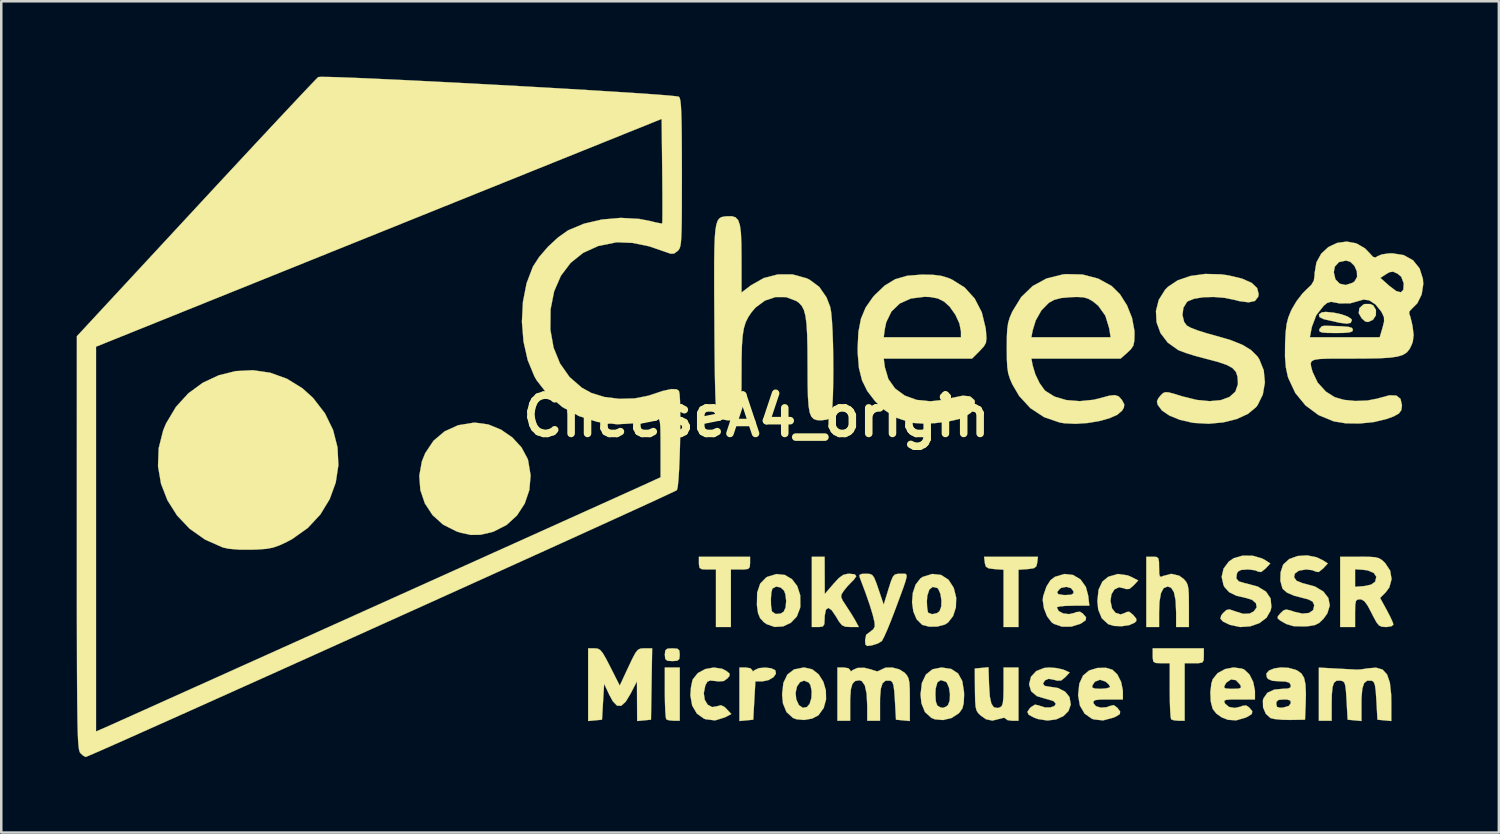
<source format=kicad_pcb>
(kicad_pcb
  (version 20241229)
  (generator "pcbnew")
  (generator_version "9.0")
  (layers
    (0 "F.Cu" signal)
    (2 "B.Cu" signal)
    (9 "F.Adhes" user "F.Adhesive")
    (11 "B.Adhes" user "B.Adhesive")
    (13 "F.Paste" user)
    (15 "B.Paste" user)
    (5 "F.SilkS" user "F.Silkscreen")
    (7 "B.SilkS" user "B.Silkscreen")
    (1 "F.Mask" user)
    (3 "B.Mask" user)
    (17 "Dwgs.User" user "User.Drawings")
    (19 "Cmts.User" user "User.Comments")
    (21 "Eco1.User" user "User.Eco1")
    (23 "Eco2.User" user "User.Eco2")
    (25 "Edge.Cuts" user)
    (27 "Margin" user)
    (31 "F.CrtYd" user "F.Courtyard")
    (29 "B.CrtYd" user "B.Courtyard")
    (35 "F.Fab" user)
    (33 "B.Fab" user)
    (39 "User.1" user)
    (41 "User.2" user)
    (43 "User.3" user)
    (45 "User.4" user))
  (footprint "CheeseA4_origin"
    (layer "F.Cu")
    (at 27.013 13.487)
    (property "Reference" "CheeseA4_origin" (at 0 0 0) (layer "F.SilkS") (effects (font (size 1.524 1.524) (thickness 0.3))))
    (attr through_hole)
    (fp_poly (pts (xy -3.048 12.107) (xy -3.288 12.107) (xy -3.482 12.089) (xy -3.584 12.051) (xy -3.606 11.949) (xy -3.624 11.713) (xy -3.636 11.378) (xy -3.641 10.993) (xy -3.641 9.991) (xy -3.048 9.991) (xy -3.048 12.107)) (stroke (width 0.01) (type solid)) (fill yes) (layer "F.SilkS"))
    (fp_poly (pts (xy -3.145 9.243) (xy -3.064 9.315) (xy -3.048 9.483) (xy -3.065 9.653) (xy -3.148 9.723) (xy -3.344 9.737) (xy -3.543 9.723) (xy -3.625 9.651) (xy -3.641 9.483) (xy -3.624 9.312) (xy -3.54 9.242) (xy -3.344 9.229) (xy -3.145 9.243)) (stroke (width 0.01) (type solid)) (fill yes) (layer "F.SilkS"))
    (fp_poly (pts (xy 24.512 -4.402) (xy 24.621 -4.221) (xy 24.619 -4.007) (xy 24.509 -3.836) (xy 24.474 -3.813) (xy 24.31 -3.739) (xy 24.197 -3.759) (xy 24.052 -3.888) (xy 24.052 -3.888) (xy 23.936 -4.093) (xy 23.963 -4.293) (xy 24.12 -4.434) (xy 24.184 -4.455) (xy 24.391 -4.455) (xy 24.512 -4.402)) (stroke (width 0.01) (type solid)) (fill yes) (layer "F.SilkS"))
    (fp_poly (pts (xy -0.254 5.842) (xy -0.265 5.998) (xy -0.329 6.072) (xy -0.491 6.095) (xy -0.635 6.096) (xy -1.016 6.096) (xy -1.016 8.382) (xy -1.609 8.382) (xy -1.609 6.096) (xy -1.947 6.096) (xy -2.164 6.086) (xy -2.261 6.032) (xy -2.285 5.897) (xy -2.286 5.842) (xy -2.286 5.588) (xy -0.254 5.588) (xy -0.254 5.842)) (stroke (width 0.01) (type solid)) (fill yes) (layer "F.SilkS"))
    (fp_poly (pts (xy 11.16 5.821) (xy 11.124 5.97) (xy 11.028 6.044) (xy 10.82 6.076) (xy 10.774 6.08) (xy 10.414 6.106) (xy 10.414 8.382) (xy 9.821 8.382) (xy 9.821 6.106) (xy 9.461 6.08) (xy 9.232 6.051) (xy 9.121 5.986) (xy 9.079 5.851) (xy 9.075 5.821) (xy 9.048 5.588) (xy 11.187 5.588) (xy 11.16 5.821)) (stroke (width 0.01) (type solid)) (fill yes) (layer "F.SilkS"))
    (fp_poly (pts (xy 22.946 -4.111) (xy 23.251 -4.045) (xy 23.498 -3.956) (xy 23.644 -3.859) (xy 23.664 -3.811) (xy 23.617 -3.705) (xy 23.461 -3.673) (xy 23.176 -3.71) (xy 23.072 -3.733) (xy 22.803 -3.794) (xy 22.574 -3.846) (xy 22.543 -3.854) (xy 22.376 -3.935) (xy 22.354 -4.039) (xy 22.462 -4.121) (xy 22.627 -4.142) (xy 22.946 -4.111)) (stroke (width 0.01) (type solid)) (fill yes) (layer "F.SilkS"))
    (fp_poly (pts (xy 22.778 -3.586) (xy 23.06 -3.577) (xy 23.241 -3.571) (xy 23.525 -3.549) (xy 23.67 -3.502) (xy 23.707 -3.429) (xy 23.675 -3.364) (xy 23.56 -3.325) (xy 23.331 -3.306) (xy 23.023 -3.302) (xy 22.684 -3.306) (xy 22.482 -3.322) (xy 22.386 -3.359) (xy 22.364 -3.422) (xy 22.368 -3.45) (xy 22.467 -3.571) (xy 22.586 -3.592) (xy 22.778 -3.586)) (stroke (width 0.01) (type solid)) (fill yes) (layer "F.SilkS"))
    (fp_poly (pts (xy -0.244 10.02) (xy -0.169 10.092) (xy -0.169 10.092) (xy -0.144 10.151) (xy -0.068 10.092) (xy 0.098 10.017) (xy 0.341 9.994) (xy 0.583 10.021) (xy 0.746 10.098) (xy 0.751 10.105) (xy 0.775 10.239) (xy 0.674 10.378) (xy 0.486 10.489) (xy 0.251 10.54) (xy 0.224 10.541) (xy -0.042 10.541) (xy -0.085 11.303) (xy -0.127 12.065) (xy -0.402 12.092) (xy -0.677 12.118) (xy -0.677 9.991) (xy -0.423 9.991) (xy -0.244 10.02)) (stroke (width 0.01) (type solid)) (fill yes) (layer "F.SilkS"))
    (fp_poly (pts (xy 17.78 9.525) (xy 17.772 9.707) (xy 17.717 9.793) (xy 17.569 9.82) (xy 17.399 9.821) (xy 17.018 9.821) (xy 17.018 12.107) (xy 16.778 12.107) (xy 16.584 12.089) (xy 16.482 12.051) (xy 16.461 11.949) (xy 16.443 11.712) (xy 16.431 11.374) (xy 16.425 10.968) (xy 16.425 10.908) (xy 16.425 9.821) (xy 16.087 9.821) (xy 15.87 9.812) (xy 15.773 9.757) (xy 15.749 9.612) (xy 15.748 9.525) (xy 15.748 9.229) (xy 17.78 9.229) (xy 17.78 9.525)) (stroke (width 0.01) (type solid)) (fill yes) (layer "F.SilkS"))
    (fp_poly (pts (xy -10.66 0.331) (xy -10.156 0.536) (xy -9.703 0.848) (xy -9.338 1.242) (xy -9.097 1.691) (xy -9.074 1.762) (xy -8.975 2.356) (xy -9.025 2.936) (xy -9.209 3.475) (xy -9.516 3.948) (xy -9.931 4.327) (xy -10.441 4.587) (xy -10.532 4.616) (xy -10.967 4.716) (xy -11.349 4.722) (xy -11.759 4.634) (xy -11.923 4.58) (xy -12.45 4.315) (xy -12.872 3.936) (xy -13.178 3.469) (xy -13.357 2.94) (xy -13.4 2.375) (xy -13.296 1.799) (xy -13.165 1.474) (xy -12.835 0.98) (xy -12.392 0.606) (xy -11.857 0.363) (xy -11.248 0.263) (xy -11.176 0.261) (xy -10.66 0.331)) (stroke (width 0.01) (type solid)) (fill yes) (layer "F.SilkS"))
    (fp_poly (pts (xy -6.313 9.24) (xy -6.211 9.295) (xy -6.107 9.419) (xy -5.977 9.642) (xy -5.808 9.97) (xy -5.433 10.71) (xy -5.088 9.97) (xy -4.926 9.628) (xy -4.81 9.412) (xy -4.715 9.292) (xy -4.615 9.241) (xy -4.486 9.229) (xy -4.444 9.229) (xy -4.145 9.229) (xy -4.191 12.065) (xy -4.466 12.092) (xy -4.741 12.118) (xy -4.745 11.33) (xy -4.749 10.541) (xy -5.001 11.028) (xy -5.198 11.353) (xy -5.375 11.513) (xy -5.541 11.507) (xy -5.706 11.337) (xy -5.849 11.075) (xy -6.054 10.636) (xy -6.096 11.35) (xy -6.138 12.065) (xy -6.413 12.092) (xy -6.689 12.118) (xy -6.689 9.229) (xy -6.436 9.229) (xy -6.313 9.24)) (stroke (width 0.01) (type solid)) (fill yes) (layer "F.SilkS"))
    (fp_poly (pts (xy 9.246 10.717) (xy 9.276 11.149) (xy 9.337 11.429) (xy 9.437 11.574) (xy 9.585 11.601) (xy 9.683 11.573) (xy 9.751 11.519) (xy 9.793 11.397) (xy 9.814 11.175) (xy 9.821 10.822) (xy 9.821 10.755) (xy 9.821 9.991) (xy 10.414 9.991) (xy 10.414 12.107) (xy 10.16 12.107) (xy 9.982 12.083) (xy 9.906 12.026) (xy 9.906 12.025) (xy 9.839 11.985) (xy 9.689 12.025) (xy 9.377 12.101) (xy 9.123 12.047) (xy 8.922 11.908) (xy 8.816 11.808) (xy 8.748 11.702) (xy 8.71 11.552) (xy 8.692 11.317) (xy 8.685 10.961) (xy 8.684 10.871) (xy 8.678 10.033) (xy 8.95 10.007) (xy 9.222 9.98) (xy 9.246 10.717)) (stroke (width 0.01) (type solid)) (fill yes) (layer "F.SilkS"))
    (fp_poly (pts (xy 14.756 6.33) (xy 14.914 6.399) (xy 15.172 6.533) (xy 14.983 6.734) (xy 14.824 6.868) (xy 14.688 6.875) (xy 14.632 6.85) (xy 14.409 6.801) (xy 14.227 6.889) (xy 14.108 7.081) (xy 14.07 7.345) (xy 14.132 7.642) (xy 14.271 7.819) (xy 14.472 7.882) (xy 14.671 7.813) (xy 14.699 7.788) (xy 14.815 7.775) (xy 14.973 7.903) (xy 15.093 8.049) (xy 15.098 8.141) (xy 15.031 8.21) (xy 14.818 8.306) (xy 14.519 8.351) (xy 14.213 8.339) (xy 13.979 8.269) (xy 13.723 8.033) (xy 13.582 7.685) (xy 13.55 7.349) (xy 13.596 6.9) (xy 13.747 6.579) (xy 13.982 6.386) (xy 14.365 6.274) (xy 14.756 6.33)) (stroke (width 0.01) (type solid)) (fill yes) (layer "F.SilkS"))
    (fp_poly (pts (xy 15.898 5.597) (xy 15.973 5.654) (xy 15.999 5.801) (xy 16.002 6.014) (xy 16.007 6.262) (xy 16.034 6.375) (xy 16.099 6.384) (xy 16.166 6.353) (xy 16.486 6.269) (xy 16.8 6.342) (xy 16.98 6.473) (xy 17.075 6.581) (xy 17.135 6.7) (xy 17.169 6.869) (xy 17.184 7.128) (xy 17.187 7.516) (xy 17.187 7.531) (xy 17.187 8.382) (xy 16.679 8.382) (xy 16.679 7.795) (xy 16.658 7.319) (xy 16.592 6.998) (xy 16.479 6.82) (xy 16.341 6.773) (xy 16.183 6.837) (xy 16.076 7.036) (xy 16.017 7.379) (xy 16.002 7.795) (xy 16.002 8.382) (xy 15.494 8.382) (xy 15.494 5.588) (xy 15.748 5.588) (xy 15.898 5.597)) (stroke (width 0.01) (type solid)) (fill yes) (layer "F.SilkS"))
    (fp_poly (pts (xy -1.362 10.042) (xy -1.199 10.126) (xy -1.068 10.233) (xy -1.07 10.323) (xy -1.15 10.422) (xy -1.295 10.527) (xy -1.498 10.545) (xy -1.619 10.53) (xy -1.835 10.508) (xy -1.95 10.553) (xy -2.026 10.694) (xy -2.034 10.715) (xy -2.093 11.012) (xy -2.055 11.276) (xy -1.937 11.471) (xy -1.76 11.564) (xy -1.573 11.533) (xy -1.41 11.49) (xy -1.272 11.556) (xy -1.186 11.641) (xy -0.999 11.84) (xy -1.257 11.974) (xy -1.644 12.094) (xy -2.026 12.046) (xy -2.084 12.024) (xy -2.367 11.823) (xy -2.554 11.505) (xy -2.625 11.103) (xy -2.625 11.084) (xy -2.603 10.788) (xy -2.55 10.526) (xy -2.524 10.454) (xy -2.328 10.211) (xy -2.033 10.053) (xy -1.693 9.992) (xy -1.362 10.042)) (stroke (width 0.01) (type solid)) (fill yes) (layer "F.SilkS"))
    (fp_poly (pts (xy 2.221 10.065) (xy 2.475 10.266) (xy 2.658 10.556) (xy 2.759 10.899) (xy 2.767 11.259) (xy 2.672 11.601) (xy 2.465 11.887) (xy 2.459 11.893) (xy 2.214 12.021) (xy 1.896 12.076) (xy 1.587 12.048) (xy 1.449 11.994) (xy 1.194 11.761) (xy 1.053 11.417) (xy 1.019 11.066) (xy 1.027 10.995) (xy 1.556 10.995) (xy 1.582 11.257) (xy 1.688 11.486) (xy 1.842 11.593) (xy 2.004 11.563) (xy 2.114 11.436) (xy 2.185 11.201) (xy 2.195 10.93) (xy 2.148 10.695) (xy 2.078 10.587) (xy 1.895 10.512) (xy 1.731 10.575) (xy 1.611 10.747) (xy 1.556 10.995) (xy 1.027 10.995) (xy 1.07 10.603) (xy 1.23 10.27) (xy 1.499 10.065) (xy 1.876 9.991) (xy 1.906 9.991) (xy 2.221 10.065)) (stroke (width 0.01) (type solid)) (fill yes) (layer "F.SilkS"))
    (fp_poly (pts (xy -19.325 -1.724) (xy -18.663 -1.486) (xy -18.044 -1.105) (xy -17.62 -0.721) (xy -17.148 -0.109) (xy -16.825 0.553) (xy -16.649 1.246) (xy -16.615 1.949) (xy -16.72 2.64) (xy -16.96 3.3) (xy -17.331 3.908) (xy -17.829 4.444) (xy -18.451 4.886) (xy -18.662 4.998) (xy -18.964 5.139) (xy -19.217 5.227) (xy -19.482 5.276) (xy -19.822 5.301) (xy -20.059 5.309) (xy -20.56 5.307) (xy -20.969 5.272) (xy -21.209 5.22) (xy -21.917 4.906) (xy -22.526 4.476) (xy -23.026 3.95) (xy -23.408 3.347) (xy -23.664 2.687) (xy -23.783 1.99) (xy -23.757 1.277) (xy -23.577 0.565) (xy -23.463 0.292) (xy -23.071 -0.365) (xy -22.578 -0.906) (xy -22.005 -1.325) (xy -21.372 -1.621) (xy -20.701 -1.788) (xy -20.012 -1.824) (xy -19.325 -1.724)) (stroke (width 0.01) (type solid)) (fill yes) (layer "F.SilkS"))
    (fp_poly (pts (xy 2.715 7.07) (xy 3.06 6.668) (xy 3.276 6.435) (xy 3.446 6.312) (xy 3.62 6.268) (xy 3.692 6.265) (xy 3.909 6.288) (xy 3.967 6.364) (xy 3.87 6.504) (xy 3.801 6.57) (xy 3.615 6.764) (xy 3.467 6.949) (xy 3.382 7.081) (xy 3.365 7.189) (xy 3.426 7.328) (xy 3.565 7.541) (xy 3.738 7.807) (xy 3.89 8.055) (xy 3.943 8.149) (xy 4.068 8.382) (xy 3.732 8.382) (xy 3.534 8.37) (xy 3.4 8.311) (xy 3.281 8.166) (xy 3.161 7.964) (xy 2.989 7.711) (xy 2.853 7.622) (xy 2.759 7.696) (xy 2.713 7.931) (xy 2.709 8.054) (xy 2.698 8.267) (xy 2.64 8.359) (xy 2.497 8.382) (xy 2.455 8.382) (xy 2.201 8.382) (xy 2.201 5.588) (xy 2.709 5.588) (xy 2.715 7.07)) (stroke (width 0.01) (type solid)) (fill yes) (layer "F.SilkS"))
    (fp_poly (pts (xy 7.338 6.313) (xy 7.632 6.503) (xy 7.841 6.824) (xy 7.938 7.212) (xy 7.927 7.6) (xy 7.816 7.945) (xy 7.617 8.202) (xy 7.485 8.286) (xy 7.191 8.364) (xy 6.868 8.369) (xy 6.603 8.301) (xy 6.583 8.291) (xy 6.367 8.076) (xy 6.235 7.763) (xy 6.184 7.397) (xy 6.187 7.362) (xy 6.773 7.362) (xy 6.784 7.61) (xy 6.812 7.781) (xy 6.83 7.818) (xy 6.987 7.873) (xy 7.178 7.829) (xy 7.276 7.753) (xy 7.343 7.574) (xy 7.352 7.32) (xy 7.311 7.062) (xy 7.227 6.871) (xy 7.183 6.829) (xy 7.005 6.788) (xy 6.87 6.897) (xy 6.79 7.138) (xy 6.773 7.362) (xy 6.187 7.362) (xy 6.215 7.026) (xy 6.327 6.694) (xy 6.519 6.449) (xy 6.609 6.39) (xy 6.988 6.273) (xy 7.338 6.313)) (stroke (width 0.01) (type solid)) (fill yes) (layer "F.SilkS"))
    (fp_poly (pts (xy 7.74 10.049) (xy 8.013 10.227) (xy 8.181 10.532) (xy 8.25 10.971) (xy 8.252 11.106) (xy 8.237 11.412) (xy 8.186 11.613) (xy 8.077 11.772) (xy 8.032 11.818) (xy 7.754 11.998) (xy 7.416 12.079) (xy 7.088 12.05) (xy 6.952 11.994) (xy 6.697 11.761) (xy 6.557 11.417) (xy 6.522 11.066) (xy 6.525 11.039) (xy 7.112 11.039) (xy 7.128 11.337) (xy 7.189 11.504) (xy 7.316 11.578) (xy 7.419 11.593) (xy 7.549 11.54) (xy 7.615 11.479) (xy 7.681 11.302) (xy 7.691 11.049) (xy 7.652 10.792) (xy 7.57 10.601) (xy 7.526 10.557) (xy 7.327 10.491) (xy 7.192 10.581) (xy 7.123 10.827) (xy 7.112 11.039) (xy 6.525 11.039) (xy 6.574 10.609) (xy 6.734 10.272) (xy 6.994 10.063) (xy 7.351 9.991) (xy 7.356 9.991) (xy 7.74 10.049)) (stroke (width 0.01) (type solid)) (fill yes) (layer "F.SilkS"))
    (fp_poly (pts (xy 1.13 6.314) (xy 1.412 6.481) (xy 1.623 6.758) (xy 1.741 7.124) (xy 1.744 7.561) (xy 1.734 7.628) (xy 1.604 7.966) (xy 1.366 8.214) (xy 1.059 8.357) (xy 0.725 8.38) (xy 0.4 8.266) (xy 0.288 8.185) (xy 0.144 8.027) (xy 0.063 7.827) (xy 0.02 7.524) (xy 0.019 7.508) (xy 0.024 7.261) (xy 0.574 7.261) (xy 0.579 7.523) (xy 0.607 7.725) (xy 0.627 7.776) (xy 0.766 7.864) (xy 0.957 7.85) (xy 1.084 7.772) (xy 1.159 7.603) (xy 1.182 7.348) (xy 1.151 7.083) (xy 1.098 6.937) (xy 0.961 6.81) (xy 0.783 6.776) (xy 0.641 6.85) (xy 0.632 6.862) (xy 0.592 7.016) (xy 0.574 7.261) (xy 0.024 7.261) (xy 0.028 7.019) (xy 0.15 6.655) (xy 0.383 6.416) (xy 0.431 6.388) (xy 0.796 6.277) (xy 1.13 6.314)) (stroke (width 0.01) (type solid)) (fill yes) (layer "F.SilkS"))
    (fp_poly (pts (xy 23.05 10.033) (xy 23.391 10.051) (xy 23.675 10.066) (xy 23.853 10.075) (xy 23.876 10.076) (xy 24.046 10.064) (xy 24.276 10.027) (xy 24.277 10.027) (xy 24.624 9.997) (xy 24.883 10.073) (xy 25.063 10.268) (xy 25.174 10.594) (xy 25.225 11.065) (xy 25.231 11.346) (xy 25.231 12.118) (xy 24.956 12.092) (xy 24.68 12.065) (xy 24.638 11.304) (xy 24.613 10.934) (xy 24.582 10.702) (xy 24.537 10.575) (xy 24.47 10.521) (xy 24.443 10.514) (xy 24.267 10.516) (xy 24.148 10.615) (xy 24.079 10.831) (xy 24.048 11.185) (xy 24.045 11.403) (xy 24.045 12.118) (xy 23.495 12.065) (xy 23.453 11.303) (xy 23.43 10.941) (xy 23.404 10.715) (xy 23.364 10.59) (xy 23.299 10.534) (xy 23.208 10.512) (xy 23.056 10.516) (xy 22.955 10.594) (xy 22.895 10.771) (xy 22.867 11.073) (xy 22.861 11.409) (xy 22.86 12.107) (xy 22.352 12.107) (xy 22.352 9.995) (xy 23.05 10.033)) (stroke (width 0.01) (type solid)) (fill yes) (layer "F.SilkS"))
    (fp_poly (pts (xy 5.92 6.269) (xy 5.963 6.305) (xy 5.967 6.392) (xy 5.927 6.552) (xy 5.842 6.806) (xy 5.707 7.175) (xy 5.519 7.68) (xy 5.497 7.738) (xy 5.34 8.147) (xy 5.194 8.503) (xy 5.073 8.774) (xy 4.991 8.927) (xy 4.979 8.943) (xy 4.819 9.039) (xy 4.592 9.11) (xy 4.405 9.136) (xy 4.331 9.081) (xy 4.318 8.909) (xy 4.318 8.906) (xy 4.36 8.691) (xy 4.487 8.594) (xy 4.643 8.474) (xy 4.703 8.355) (xy 4.693 8.193) (xy 4.623 7.899) (xy 4.501 7.5) (xy 4.334 7.019) (xy 4.131 6.48) (xy 4.105 6.413) (xy 4.092 6.314) (xy 4.185 6.272) (xy 4.344 6.265) (xy 4.497 6.272) (xy 4.6 6.314) (xy 4.681 6.425) (xy 4.767 6.639) (xy 4.85 6.879) (xy 5.057 7.493) (xy 5.246 6.879) (xy 5.345 6.568) (xy 5.421 6.385) (xy 5.502 6.297) (xy 5.614 6.268) (xy 5.729 6.265) (xy 5.841 6.263) (xy 5.92 6.269)) (stroke (width 0.01) (type solid)) (fill yes) (layer "F.SilkS"))
    (fp_poly (pts (xy 11.923 10.013) (xy 12.177 10.069) (xy 12.232 10.09) (xy 12.449 10.188) (xy 12.27 10.379) (xy 12.114 10.507) (xy 11.952 10.515) (xy 11.844 10.483) (xy 11.617 10.44) (xy 11.471 10.499) (xy 11.387 10.628) (xy 11.455 10.721) (xy 11.634 10.753) (xy 11.985 10.807) (xy 12.271 10.954) (xy 12.442 11.166) (xy 12.492 11.463) (xy 12.402 11.721) (xy 12.199 11.924) (xy 11.91 12.054) (xy 11.564 12.098) (xy 11.186 12.039) (xy 11.028 11.981) (xy 10.819 11.867) (xy 10.767 11.755) (xy 10.863 11.613) (xy 10.915 11.563) (xy 11.072 11.466) (xy 11.234 11.501) (xy 11.258 11.513) (xy 11.469 11.578) (xy 11.685 11.578) (xy 11.846 11.519) (xy 11.896 11.432) (xy 11.813 11.33) (xy 11.573 11.253) (xy 11.524 11.244) (xy 11.146 11.129) (xy 10.918 10.936) (xy 10.837 10.665) (xy 10.837 10.651) (xy 10.913 10.354) (xy 11.122 10.132) (xy 11.436 10.009) (xy 11.634 9.991) (xy 11.923 10.013)) (stroke (width 0.01) (type solid)) (fill yes) (layer "F.SilkS"))
    (fp_poly (pts (xy 12.585 6.315) (xy 12.879 6.491) (xy 13.091 6.787) (xy 13.185 7.136) (xy 13.23 7.535) (xy 12.584 7.535) (xy 12.278 7.543) (xy 12.05 7.565) (xy 11.942 7.596) (xy 11.938 7.603) (xy 12.011 7.748) (xy 12.192 7.842) (xy 12.425 7.87) (xy 12.652 7.818) (xy 12.698 7.792) (xy 12.859 7.774) (xy 12.973 7.849) (xy 13.1 7.996) (xy 13.086 8.11) (xy 12.92 8.228) (xy 12.874 8.253) (xy 12.513 8.367) (xy 12.141 8.368) (xy 11.818 8.257) (xy 11.727 8.191) (xy 11.55 7.956) (xy 11.425 7.637) (xy 11.378 7.314) (xy 11.396 7.154) (xy 11.451 6.994) (xy 11.948 6.994) (xy 11.994 7.076) (xy 12.201 7.11) (xy 12.283 7.112) (xy 12.504 7.099) (xy 12.595 7.048) (xy 12.6 6.964) (xy 12.502 6.838) (xy 12.319 6.786) (xy 12.123 6.822) (xy 12.06 6.862) (xy 11.948 6.994) (xy 11.451 6.994) (xy 11.527 6.77) (xy 11.686 6.521) (xy 11.861 6.388) (xy 12.236 6.275) (xy 12.585 6.315)) (stroke (width 0.01) (type solid)) (fill yes) (layer "F.SilkS"))
    (fp_poly (pts (xy 21.14 10.004) (xy 21.426 10.081) (xy 21.506 10.118) (xy 21.661 10.232) (xy 21.764 10.403) (xy 21.82 10.659) (xy 21.837 11.031) (xy 21.828 11.43) (xy 21.802 12.065) (xy 21.209 12.075) (xy 20.882 12.068) (xy 20.6 12.041) (xy 20.43 12.001) (xy 20.244 11.833) (xy 20.134 11.576) (xy 20.131 11.435) (xy 20.659 11.435) (xy 20.687 11.554) (xy 20.803 11.591) (xy 20.933 11.584) (xy 21.16 11.517) (xy 21.236 11.409) (xy 21.221 11.308) (xy 21.1 11.266) (xy 20.961 11.261) (xy 20.755 11.278) (xy 20.67 11.349) (xy 20.659 11.435) (xy 20.131 11.435) (xy 20.128 11.298) (xy 20.15 11.22) (xy 20.307 10.994) (xy 20.578 10.87) (xy 20.913 10.837) (xy 21.137 10.825) (xy 21.23 10.776) (xy 21.234 10.689) (xy 21.178 10.596) (xy 21.029 10.551) (xy 20.793 10.541) (xy 20.506 10.52) (xy 20.34 10.45) (xy 20.287 10.388) (xy 20.263 10.235) (xy 20.372 10.112) (xy 20.578 10.028) (xy 20.846 9.989) (xy 21.14 10.004)) (stroke (width 0.01) (type solid)) (fill yes) (layer "F.SilkS"))
    (fp_poly (pts (xy 24.335 5.591) (xy 24.578 5.607) (xy 24.738 5.647) (xy 24.861 5.722) (xy 24.983 5.835) (xy 25.185 6.141) (xy 25.242 6.48) (xy 25.152 6.809) (xy 25.008 7.004) (xy 24.785 7.227) (xy 25.05 7.709) (xy 25.187 7.973) (xy 25.283 8.183) (xy 25.315 8.287) (xy 25.241 8.35) (xy 25.058 8.381) (xy 25.018 8.382) (xy 24.859 8.372) (xy 24.744 8.32) (xy 24.64 8.193) (xy 24.512 7.957) (xy 24.45 7.832) (xy 24.29 7.531) (xy 24.165 7.36) (xy 24.048 7.289) (xy 23.985 7.281) (xy 23.881 7.294) (xy 23.823 7.356) (xy 23.797 7.505) (xy 23.791 7.781) (xy 23.791 7.832) (xy 23.791 8.382) (xy 23.199 8.382) (xy 23.199 6.783) (xy 23.791 6.783) (xy 24.143 6.757) (xy 24.429 6.697) (xy 24.587 6.583) (xy 24.636 6.388) (xy 24.534 6.233) (xy 24.298 6.134) (xy 24.143 6.112) (xy 23.791 6.086) (xy 23.791 6.783) (xy 23.199 6.783) (xy 23.199 5.588) (xy 23.967 5.588) (xy 24.335 5.591)) (stroke (width 0.01) (type solid)) (fill yes) (layer "F.SilkS"))
    (fp_poly (pts (xy 14.144 10.078) (xy 14.343 10.266) (xy 14.492 10.561) (xy 14.561 10.9) (xy 14.563 10.96) (xy 14.563 11.261) (xy 13.964 11.261) (xy 13.651 11.266) (xy 13.473 11.286) (xy 13.398 11.33) (xy 13.393 11.408) (xy 13.393 11.409) (xy 13.491 11.529) (xy 13.687 11.586) (xy 13.918 11.569) (xy 14.04 11.523) (xy 14.2 11.486) (xy 14.34 11.588) (xy 14.454 11.739) (xy 14.442 11.842) (xy 14.291 11.938) (xy 14.184 11.985) (xy 13.775 12.094) (xy 13.404 12.053) (xy 13.326 12.024) (xy 13.042 11.823) (xy 12.855 11.505) (xy 12.785 11.103) (xy 12.785 11.084) (xy 12.824 10.708) (xy 13.348 10.708) (xy 13.349 10.789) (xy 13.455 10.828) (xy 13.676 10.837) (xy 13.903 10.821) (xy 14.038 10.781) (xy 14.055 10.757) (xy 13.992 10.654) (xy 13.872 10.55) (xy 13.649 10.478) (xy 13.451 10.556) (xy 13.348 10.708) (xy 12.824 10.708) (xy 12.832 10.634) (xy 12.979 10.312) (xy 13.22 10.111) (xy 13.544 10.01) (xy 13.889 10.003) (xy 14.144 10.078)) (stroke (width 0.01) (type solid)) (fill yes) (layer "F.SilkS"))
    (fp_poly (pts (xy 19.297 10.036) (xy 19.393 10.078) (xy 19.592 10.266) (xy 19.741 10.561) (xy 19.81 10.9) (xy 19.812 10.96) (xy 19.812 11.261) (xy 19.174 11.261) (xy 18.852 11.263) (xy 18.669 11.277) (xy 18.595 11.312) (xy 18.6 11.376) (xy 18.627 11.43) (xy 18.78 11.558) (xy 19.013 11.599) (xy 19.254 11.544) (xy 19.302 11.518) (xy 19.463 11.499) (xy 19.577 11.574) (xy 19.704 11.723) (xy 19.689 11.837) (xy 19.521 11.946) (xy 19.434 11.985) (xy 19.064 12.092) (xy 18.735 12.069) (xy 18.49 11.973) (xy 18.277 11.822) (xy 18.132 11.636) (xy 18.13 11.633) (xy 18.055 11.34) (xy 18.039 10.975) (xy 18.063 10.774) (xy 18.585 10.774) (xy 18.635 10.822) (xy 18.807 10.836) (xy 18.923 10.837) (xy 19.155 10.831) (xy 19.252 10.799) (xy 19.247 10.724) (xy 19.225 10.678) (xy 19.057 10.495) (xy 18.862 10.465) (xy 18.679 10.589) (xy 18.623 10.675) (xy 18.585 10.774) (xy 18.063 10.774) (xy 18.08 10.626) (xy 18.135 10.454) (xy 18.329 10.214) (xy 18.625 10.054) (xy 18.966 9.989) (xy 19.297 10.036)) (stroke (width 0.01) (type solid)) (fill yes) (layer "F.SilkS"))
    (fp_poly (pts (xy 3.651 10.02) (xy 3.725 10.092) (xy 3.725 10.092) (xy 3.75 10.151) (xy 3.827 10.092) (xy 4.015 10.008) (xy 4.287 10.002) (xy 4.576 10.074) (xy 4.613 10.09) (xy 4.801 10.147) (xy 4.924 10.096) (xy 4.93 10.09) (xy 5.127 9.998) (xy 5.398 9.992) (xy 5.677 10.064) (xy 5.888 10.198) (xy 5.983 10.306) (xy 6.044 10.424) (xy 6.078 10.593) (xy 6.093 10.85) (xy 6.096 11.236) (xy 6.096 11.262) (xy 6.096 12.118) (xy 5.821 12.092) (xy 5.546 12.065) (xy 5.503 11.304) (xy 5.478 10.934) (xy 5.447 10.702) (xy 5.402 10.575) (xy 5.336 10.521) (xy 5.309 10.514) (xy 5.132 10.516) (xy 5.013 10.616) (xy 4.943 10.834) (xy 4.913 11.189) (xy 4.911 11.398) (xy 4.911 12.107) (xy 4.403 12.107) (xy 4.403 11.52) (xy 4.379 11.032) (xy 4.307 10.703) (xy 4.186 10.529) (xy 4.083 10.499) (xy 3.92 10.53) (xy 3.813 10.643) (xy 3.752 10.861) (xy 3.727 11.212) (xy 3.725 11.405) (xy 3.725 12.107) (xy 3.217 12.107) (xy 3.217 9.991) (xy 3.471 9.991) (xy 3.651 10.02)) (stroke (width 0.01) (type solid)) (fill yes) (layer "F.SilkS"))
    (fp_poly (pts (xy 19.726 5.55) (xy 20.103 5.66) (xy 20.217 5.723) (xy 20.421 5.856) (xy 20.228 6.062) (xy 20.058 6.197) (xy 19.949 6.182) (xy 19.816 6.128) (xy 19.587 6.098) (xy 19.504 6.096) (xy 19.261 6.114) (xy 19.135 6.182) (xy 19.093 6.265) (xy 19.071 6.451) (xy 19.169 6.568) (xy 19.408 6.64) (xy 19.455 6.648) (xy 19.923 6.774) (xy 20.251 6.976) (xy 20.434 7.248) (xy 20.465 7.581) (xy 20.435 7.727) (xy 20.271 8.014) (xy 19.987 8.228) (xy 19.625 8.355) (xy 19.223 8.383) (xy 18.822 8.297) (xy 18.801 8.289) (xy 18.543 8.166) (xy 18.438 8.051) (xy 18.472 7.919) (xy 18.547 7.826) (xy 18.681 7.705) (xy 18.805 7.683) (xy 18.997 7.748) (xy 19.013 7.755) (xy 19.344 7.858) (xy 19.596 7.848) (xy 19.764 7.762) (xy 19.881 7.603) (xy 19.852 7.438) (xy 19.696 7.301) (xy 19.49 7.236) (xy 19.07 7.138) (xy 18.785 6.997) (xy 18.602 6.795) (xy 18.563 6.722) (xy 18.489 6.388) (xy 18.565 6.06) (xy 18.774 5.78) (xy 18.967 5.647) (xy 19.322 5.545) (xy 19.726 5.55)) (stroke (width 0.01) (type solid)) (fill yes) (layer "F.SilkS"))
    (fp_poly (pts (xy 22.259 5.609) (xy 22.508 5.728) (xy 22.707 5.856) (xy 22.514 6.062) (xy 22.344 6.197) (xy 22.235 6.182) (xy 22.098 6.125) (xy 21.876 6.097) (xy 21.837 6.096) (xy 21.557 6.143) (xy 21.398 6.258) (xy 21.366 6.404) (xy 21.467 6.545) (xy 21.707 6.642) (xy 21.746 6.649) (xy 22.201 6.774) (xy 22.532 6.973) (xy 22.73 7.23) (xy 22.786 7.525) (xy 22.688 7.843) (xy 22.534 8.057) (xy 22.37 8.216) (xy 22.197 8.304) (xy 21.952 8.347) (xy 21.793 8.359) (xy 21.351 8.35) (xy 21.061 8.264) (xy 20.825 8.132) (xy 20.717 8.043) (xy 20.719 7.962) (xy 20.809 7.852) (xy 20.825 7.835) (xy 20.945 7.722) (xy 21.055 7.687) (xy 21.221 7.723) (xy 21.374 7.776) (xy 21.699 7.849) (xy 21.96 7.823) (xy 22.126 7.709) (xy 22.168 7.516) (xy 22.167 7.513) (xy 22.103 7.373) (xy 21.931 7.283) (xy 21.802 7.25) (xy 21.373 7.139) (xy 21.09 7.018) (xy 20.926 6.877) (xy 20.901 6.836) (xy 20.821 6.544) (xy 20.832 6.205) (xy 20.93 5.912) (xy 20.944 5.89) (xy 21.174 5.681) (xy 21.503 5.561) (xy 21.881 5.535) (xy 22.259 5.609)) (stroke (width 0.01) (type solid)) (fill yes) (layer "F.SilkS"))
    (fp_poly (pts (xy 7.02 -5.615) (xy 7.334 -5.576) (xy 7.609 -5.495) (xy 7.769 -5.428) (xy 8.274 -5.112) (xy 8.673 -4.672) (xy 8.956 -4.126) (xy 9.11 -3.492) (xy 9.122 -3.378) (xy 9.141 -3.094) (xy 9.12 -2.912) (xy 9.036 -2.765) (xy 8.869 -2.587) (xy 8.868 -2.585) (xy 8.568 -2.286) (xy 5.058 -2.286) (xy 5.104 -1.941) (xy 5.243 -1.473) (xy 5.512 -1.095) (xy 5.893 -0.816) (xy 6.366 -0.645) (xy 6.913 -0.589) (xy 7.517 -0.658) (xy 7.785 -0.726) (xy 8.201 -0.812) (xy 8.492 -0.784) (xy 8.657 -0.642) (xy 8.68 -0.588) (xy 8.675 -0.349) (xy 8.52 -0.129) (xy 8.233 0.05) (xy 8.046 0.118) (xy 7.607 0.217) (xy 7.11 0.278) (xy 6.622 0.297) (xy 6.211 0.27) (xy 6.125 0.255) (xy 5.553 0.062) (xy 5.046 -0.27) (xy 4.717 -0.591) (xy 4.406 -0.994) (xy 4.197 -1.419) (xy 4.074 -1.908) (xy 4.024 -2.502) (xy 4.022 -2.709) (xy 4.042 -3.133) (xy 5.058 -3.133) (xy 8.128 -3.133) (xy 8.128 -3.369) (xy 8.066 -3.683) (xy 7.905 -4.031) (xy 7.681 -4.347) (xy 7.459 -4.55) (xy 7.207 -4.677) (xy 6.904 -4.733) (xy 6.673 -4.741) (xy 6.136 -4.673) (xy 5.697 -4.476) (xy 5.367 -4.159) (xy 5.159 -3.733) (xy 5.103 -3.469) (xy 5.058 -3.133) (xy 4.042 -3.133) (xy 4.053 -3.349) (xy 4.154 -3.87) (xy 4.339 -4.313) (xy 4.621 -4.718) (xy 4.704 -4.814) (xy 5.101 -5.191) (xy 5.514 -5.44) (xy 5.988 -5.577) (xy 6.568 -5.624) (xy 6.604 -5.624) (xy 7.02 -5.615)) (stroke (width 0.01) (type solid)) (fill yes) (layer "F.SilkS"))
    (fp_poly (pts (xy 12.955 -5.628) (xy 13.58 -5.465) (xy 14.116 -5.172) (xy 14.448 -4.843) (xy 14.727 -4.401) (xy 14.927 -3.9) (xy 15.022 -3.392) (xy 15.026 -3.281) (xy 15.018 -2.989) (xy 14.978 -2.801) (xy 14.88 -2.656) (xy 14.752 -2.533) (xy 14.475 -2.286) (xy 10.926 -2.286) (xy 10.979 -2.011) (xy 11.085 -1.657) (xy 11.254 -1.308) (xy 11.447 -1.038) (xy 11.488 -0.998) (xy 11.849 -0.774) (xy 12.316 -0.637) (xy 12.846 -0.594) (xy 13.397 -0.649) (xy 13.681 -0.719) (xy 14.02 -0.811) (xy 14.244 -0.835) (xy 14.393 -0.786) (xy 14.51 -0.662) (xy 14.528 -0.635) (xy 14.618 -0.469) (xy 14.603 -0.338) (xy 14.53 -0.215) (xy 14.341 -0.053) (xy 14.023 0.087) (xy 13.615 0.199) (xy 13.157 0.275) (xy 12.688 0.306) (xy 12.249 0.286) (xy 12.052 0.255) (xy 11.429 0.04) (xy 10.885 -0.318) (xy 10.439 -0.803) (xy 10.17 -1.263) (xy 10.072 -1.489) (xy 10.007 -1.698) (xy 9.97 -1.934) (xy 9.953 -2.244) (xy 9.948 -2.674) (xy 9.948 -2.709) (xy 9.952 -3.133) (xy 10.926 -3.133) (xy 14.076 -3.133) (xy 14.019 -3.492) (xy 13.866 -3.992) (xy 13.585 -4.385) (xy 13.373 -4.558) (xy 13.188 -4.665) (xy 12.998 -4.721) (xy 12.744 -4.735) (xy 12.488 -4.727) (xy 12.106 -4.692) (xy 11.834 -4.62) (xy 11.618 -4.501) (xy 11.326 -4.204) (xy 11.098 -3.799) (xy 10.979 -3.408) (xy 10.926 -3.133) (xy 9.952 -3.133) (xy 9.952 -3.149) (xy 9.968 -3.466) (xy 10.004 -3.706) (xy 10.066 -3.915) (xy 10.162 -4.139) (xy 10.17 -4.156) (xy 10.522 -4.73) (xy 10.976 -5.169) (xy 11.527 -5.469) (xy 12.174 -5.63) (xy 12.292 -5.643) (xy 12.955 -5.628)) (stroke (width 0.01) (type solid)) (fill yes) (layer "F.SilkS"))
    (fp_poly (pts (xy 18.47 -5.634) (xy 18.755 -5.594) (xy 19.294 -5.466) (xy 19.677 -5.297) (xy 19.899 -5.09) (xy 19.96 -4.845) (xy 19.938 -4.738) (xy 19.811 -4.576) (xy 19.562 -4.521) (xy 19.188 -4.57) (xy 19.011 -4.617) (xy 18.607 -4.7) (xy 18.173 -4.735) (xy 17.754 -4.723) (xy 17.397 -4.665) (xy 17.147 -4.565) (xy 17.11 -4.536) (xy 16.969 -4.308) (xy 16.931 -4.019) (xy 16.998 -3.742) (xy 17.105 -3.597) (xy 17.254 -3.514) (xy 17.527 -3.408) (xy 17.883 -3.295) (xy 18.224 -3.201) (xy 18.84 -3.023) (xy 19.31 -2.835) (xy 19.657 -2.625) (xy 19.904 -2.379) (xy 19.982 -2.264) (xy 20.161 -1.821) (xy 20.207 -1.335) (xy 20.124 -0.856) (xy 19.916 -0.434) (xy 19.854 -0.354) (xy 19.533 -0.088) (xy 19.088 0.116) (xy 18.556 0.249) (xy 17.974 0.304) (xy 17.379 0.27) (xy 17.31 0.259) (xy 16.822 0.146) (xy 16.415 -0.02) (xy 16.115 -0.223) (xy 15.946 -0.449) (xy 15.917 -0.587) (xy 15.972 -0.709) (xy 16.08 -0.84) (xy 16.166 -0.918) (xy 16.256 -0.952) (xy 16.389 -0.942) (xy 16.607 -0.884) (xy 16.905 -0.79) (xy 17.489 -0.645) (xy 18.01 -0.594) (xy 18.453 -0.634) (xy 18.799 -0.761) (xy 19.032 -0.97) (xy 19.132 -1.257) (xy 19.135 -1.32) (xy 19.118 -1.57) (xy 19.054 -1.761) (xy 18.918 -1.911) (xy 18.686 -2.036) (xy 18.336 -2.155) (xy 17.843 -2.285) (xy 17.815 -2.292) (xy 17.436 -2.393) (xy 17.083 -2.503) (xy 16.815 -2.603) (xy 16.753 -2.631) (xy 16.346 -2.921) (xy 16.06 -3.296) (xy 15.902 -3.725) (xy 15.877 -4.176) (xy 15.989 -4.62) (xy 16.243 -5.024) (xy 16.355 -5.139) (xy 16.743 -5.397) (xy 17.247 -5.569) (xy 17.834 -5.65) (xy 18.47 -5.634)) (stroke (width 0.01) (type solid)) (fill yes) (layer "F.SilkS"))
    (fp_poly (pts (xy -0.83 -7.899) (xy -0.726 -7.788) (xy -0.658 -7.589) (xy -0.617 -7.282) (xy -0.598 -6.847) (xy -0.593 -6.264) (xy -0.593 -6.247) (xy -0.593 -4.912) (xy -0.218 -5.198) (xy 0.293 -5.487) (xy 0.856 -5.633) (xy 1.434 -5.631) (xy 1.991 -5.478) (xy 2.11 -5.422) (xy 2.496 -5.136) (xy 2.784 -4.72) (xy 2.931 -4.341) (xy 2.969 -4.132) (xy 3 -3.799) (xy 3.025 -3.372) (xy 3.042 -2.878) (xy 3.052 -2.346) (xy 3.055 -1.804) (xy 3.05 -1.282) (xy 3.039 -0.806) (xy 3.019 -0.407) (xy 2.992 -0.112) (xy 2.957 0.05) (xy 2.946 0.068) (xy 2.795 0.139) (xy 2.572 0.169) (xy 2.57 0.169) (xy 2.405 0.159) (xy 2.278 0.117) (xy 2.183 0.022) (xy 2.116 -0.143) (xy 2.073 -0.399) (xy 2.047 -0.764) (xy 2.035 -1.258) (xy 2.032 -1.899) (xy 2.032 -1.987) (xy 2.028 -2.689) (xy 2.015 -3.241) (xy 1.99 -3.666) (xy 1.948 -3.984) (xy 1.886 -4.216) (xy 1.801 -4.381) (xy 1.688 -4.502) (xy 1.582 -4.576) (xy 1.18 -4.729) (xy 0.754 -4.731) (xy 0.338 -4.591) (xy -0.034 -4.316) (xy -0.19 -4.135) (xy -0.326 -3.934) (xy -0.428 -3.729) (xy -0.5 -3.491) (xy -0.548 -3.192) (xy -0.577 -2.804) (xy -0.59 -2.3) (xy -0.593 -1.742) (xy -0.596 -1.123) (xy -0.61 -0.654) (xy -0.641 -0.313) (xy -0.695 -0.081) (xy -0.776 0.063) (xy -0.891 0.139) (xy -1.046 0.167) (xy -1.137 0.169) (xy -1.374 0.128) (xy -1.535 0.029) (xy -1.564 -0.034) (xy -1.588 -0.159) (xy -1.609 -0.359) (xy -1.626 -0.646) (xy -1.639 -1.036) (xy -1.65 -1.541) (xy -1.659 -2.176) (xy -1.667 -2.954) (xy -1.672 -3.802) (xy -1.678 -4.739) (xy -1.68 -5.522) (xy -1.679 -6.164) (xy -1.671 -6.679) (xy -1.656 -7.081) (xy -1.631 -7.385) (xy -1.595 -7.605) (xy -1.546 -7.755) (xy -1.482 -7.85) (xy -1.403 -7.903) (xy -1.305 -7.928) (xy -1.187 -7.941) (xy -1.17 -7.942) (xy -0.976 -7.944) (xy -0.83 -7.899)) (stroke (width 0.01) (type solid)) (fill yes) (layer "F.SilkS"))
    (fp_poly (pts (xy 23.838 -6.867) (xy 24.187 -6.665) (xy 24.369 -6.476) (xy 24.505 -6.328) (xy 24.604 -6.304) (xy 24.689 -6.357) (xy 24.851 -6.424) (xy 25.11 -6.464) (xy 25.265 -6.471) (xy 25.726 -6.398) (xy 26.095 -6.192) (xy 26.355 -5.87) (xy 26.487 -5.451) (xy 26.501 -5.249) (xy 26.438 -4.836) (xy 26.266 -4.485) (xy 26.069 -4.288) (xy 25.953 -4.166) (xy 25.942 -4.077) (xy 25.987 -3.95) (xy 26.044 -3.719) (xy 26.077 -3.557) (xy 26.118 -3.226) (xy 26.087 -2.969) (xy 26.041 -2.836) (xy 25.956 -2.664) (xy 25.849 -2.532) (xy 25.698 -2.435) (xy 25.482 -2.367) (xy 25.177 -2.323) (xy 24.764 -2.298) (xy 24.219 -2.288) (xy 23.711 -2.286) (xy 23.122 -2.286) (xy 22.683 -2.283) (xy 22.374 -2.269) (xy 22.175 -2.238) (xy 22.066 -2.184) (xy 22.028 -2.1) (xy 22.041 -1.98) (xy 22.085 -1.818) (xy 22.102 -1.759) (xy 22.302 -1.335) (xy 22.629 -0.975) (xy 22.983 -0.752) (xy 23.35 -0.646) (xy 23.805 -0.601) (xy 24.278 -0.619) (xy 24.699 -0.7) (xy 24.765 -0.722) (xy 25.159 -0.828) (xy 25.434 -0.816) (xy 25.597 -0.685) (xy 25.654 -0.432) (xy 25.654 -0.417) (xy 25.629 -0.237) (xy 25.533 -0.104) (xy 25.332 0.009) (xy 25.05 0.113) (xy 24.544 0.235) (xy 23.978 0.294) (xy 23.421 0.287) (xy 22.947 0.21) (xy 22.945 0.209) (xy 22.338 -0.041) (xy 21.82 -0.425) (xy 21.414 -0.921) (xy 21.139 -1.509) (xy 21.116 -1.583) (xy 21.04 -1.94) (xy 21.006 -2.365) (xy 21.01 -2.906) (xy 21.011 -2.912) (xy 21.022 -3.133) (xy 21.994 -3.133) (xy 24.77 -3.133) (xy 24.882 -3.511) (xy 24.944 -3.759) (xy 24.939 -3.93) (xy 24.86 -4.104) (xy 24.819 -4.172) (xy 24.601 -4.439) (xy 24.357 -4.6) (xy 24.126 -4.632) (xy 24.072 -4.616) (xy 23.597 -4.482) (xy 23.165 -4.479) (xy 23.059 -4.502) (xy 22.836 -4.543) (xy 22.679 -4.496) (xy 22.547 -4.388) (xy 22.251 -4.015) (xy 22.075 -3.55) (xy 22.054 -3.447) (xy 21.994 -3.133) (xy 21.022 -3.133) (xy 21.033 -3.342) (xy 21.071 -3.659) (xy 21.136 -3.915) (xy 21.237 -4.166) (xy 21.279 -4.253) (xy 21.467 -4.571) (xy 21.699 -4.871) (xy 21.849 -5.022) (xy 22.052 -5.215) (xy 22.151 -5.382) (xy 22.182 -5.594) (xy 22.183 -5.681) (xy 22.189 -5.717) (xy 22.945 -5.717) (xy 23.01 -5.437) (xy 23.182 -5.262) (xy 23.421 -5.21) (xy 23.688 -5.297) (xy 23.77 -5.355) (xy 23.85 -5.493) (xy 24.797 -5.493) (xy 25.162 -5.168) (xy 25.426 -4.97) (xy 25.608 -4.92) (xy 25.708 -5.017) (xy 25.724 -5.26) (xy 25.722 -5.282) (xy 25.625 -5.54) (xy 25.473 -5.665) (xy 25.298 -5.741) (xy 25.155 -5.718) (xy 25.024 -5.641) (xy 24.797 -5.493) (xy 23.85 -5.493) (xy 23.871 -5.529) (xy 23.862 -5.753) (xy 23.764 -5.973) (xy 23.6 -6.133) (xy 23.434 -6.181) (xy 23.15 -6.12) (xy 22.986 -5.941) (xy 22.945 -5.717) (xy 22.189 -5.717) (xy 22.255 -6.109) (xy 22.448 -6.459) (xy 22.734 -6.721) (xy 23.081 -6.884) (xy 23.459 -6.936) (xy 23.838 -6.867)) (stroke (width 0.01) (type solid)) (fill yes) (layer "F.SilkS"))
    (fp_poly (pts (xy -17.051 -13.48) (xy -16.655 -13.469) (xy -16.135 -13.45) (xy -15.508 -13.424) (xy -14.788 -13.391) (xy -13.99 -13.354) (xy -13.131 -13.311) (xy -12.224 -13.265) (xy -11.286 -13.216) (xy -10.331 -13.164) (xy -9.375 -13.112) (xy -8.433 -13.059) (xy -7.52 -13.006) (xy -6.651 -12.954) (xy -5.842 -12.904) (xy -5.107 -12.858) (xy -4.462 -12.815) (xy -3.923 -12.776) (xy -3.504 -12.743) (xy -3.221 -12.715) (xy -3.088 -12.695) (xy -3.081 -12.692) (xy -3.048 -12.638) (xy -3.022 -12.525) (xy -3.002 -12.337) (xy -2.987 -12.06) (xy -2.976 -11.676) (xy -2.969 -11.171) (xy -2.965 -10.53) (xy -2.963 -9.736) (xy -2.963 -9.655) (xy -2.964 -8.871) (xy -2.965 -8.24) (xy -2.969 -7.742) (xy -2.976 -7.362) (xy -2.988 -7.081) (xy -3.004 -6.882) (xy -3.027 -6.747) (xy -3.057 -6.659) (xy -3.095 -6.6) (xy -3.137 -6.558) (xy -3.276 -6.458) (xy -3.417 -6.455) (xy -3.581 -6.513) (xy -4.264 -6.748) (xy -4.923 -6.883) (xy -5.512 -6.908) (xy -5.588 -6.902) (xy -6.287 -6.761) (xy -6.889 -6.487) (xy -7.387 -6.088) (xy -7.773 -5.575) (xy -8.041 -4.957) (xy -8.182 -4.243) (xy -8.19 -3.445) (xy -8.189 -3.429) (xy -8.063 -2.721) (xy -7.805 -2.089) (xy -7.428 -1.553) (xy -6.942 -1.13) (xy -6.562 -0.92) (xy -6.044 -0.76) (xy -5.447 -0.687) (xy -4.839 -0.704) (xy -4.287 -0.813) (xy -4.191 -0.845) (xy -3.721 -1.001) (xy -3.386 -1.075) (xy -3.173 -1.067) (xy -3.081 -1.003) (xy -3.055 -0.876) (xy -3.037 -0.612) (xy -3.028 -0.242) (xy -3.025 0.204) (xy -3.029 0.696) (xy -3.039 1.205) (xy -3.055 1.699) (xy -3.075 2.149) (xy -3.099 2.525) (xy -3.127 2.797) (xy -3.158 2.934) (xy -3.163 2.941) (xy -3.248 2.986) (xy -3.478 3.094) (xy -3.841 3.263) (xy -4.328 3.488) (xy -4.929 3.763) (xy -5.632 4.084) (xy -6.428 4.446) (xy -7.306 4.846) (xy -8.256 5.277) (xy -9.269 5.736) (xy -10.332 6.218) (xy -11.437 6.718) (xy -12.573 7.232) (xy -13.73 7.754) (xy -14.897 8.281) (xy -16.065 8.808) (xy -17.222 9.33) (xy -18.358 9.842) (xy -19.464 10.34) (xy -20.529 10.818) (xy -21.543 11.274) (xy -22.495 11.701) (xy -23.375 12.095) (xy -24.173 12.452) (xy -24.879 12.767) (xy -25.482 13.035) (xy -25.972 13.252) (xy -26.339 13.412) (xy -26.572 13.512) (xy -26.661 13.547) (xy -26.661 13.547) (xy -26.764 13.49) (xy -26.869 13.392) (xy -26.892 13.356) (xy -26.913 13.296) (xy -26.931 13.202) (xy -26.946 13.064) (xy -26.96 12.873) (xy -26.971 12.617) (xy -26.981 12.288) (xy -26.988 11.874) (xy -26.994 11.367) (xy -26.999 10.756) (xy -27.003 10.031) (xy -27.005 9.182) (xy -27.007 8.199) (xy -27.008 7.072) (xy -27.008 5.791) (xy -27.008 5.031) (xy -27.007 -2.759) (xy -26.247 -2.759) (xy -26.247 12.533) (xy -25.971 12.415) (xy -25.862 12.367) (xy -25.607 12.253) (xy -25.216 12.077) (xy -24.699 11.845) (xy -24.065 11.56) (xy -23.323 11.226) (xy -22.482 10.848) (xy -21.552 10.43) (xy -20.542 9.975) (xy -19.461 9.489) (xy -18.319 8.975) (xy -17.124 8.437) (xy -15.887 7.88) (xy -15.452 7.684) (xy -14.193 7.117) (xy -12.968 6.565) (xy -11.787 6.033) (xy -10.659 5.525) (xy -9.595 5.046) (xy -8.604 4.599) (xy -7.696 4.19) (xy -6.88 3.822) (xy -6.168 3.501) (xy -5.567 3.23) (xy -5.089 3.014) (xy -4.743 2.858) (xy -4.539 2.765) (xy -4.508 2.751) (xy -3.81 2.432) (xy -3.81 1.249) (xy -3.812 0.78) (xy -3.819 0.457) (xy -3.834 0.254) (xy -3.861 0.147) (xy -3.902 0.112) (xy -3.954 0.122) (xy -4.105 0.161) (xy -4.369 0.214) (xy -4.692 0.269) (xy -4.722 0.274) (xy -5.536 0.326) (xy -6.319 0.231) (xy -7.051 -0.000273) (xy -7.711 -0.359) (xy -8.279 -0.836) (xy -8.734 -1.422) (xy -8.824 -1.578) (xy -9.092 -2.228) (xy -9.258 -2.967) (xy -9.321 -3.753) (xy -9.28 -4.539) (xy -9.134 -5.283) (xy -8.884 -5.939) (xy -8.881 -5.944) (xy -8.631 -6.329) (xy -8.283 -6.731) (xy -7.889 -7.097) (xy -7.503 -7.371) (xy -7.466 -7.392) (xy -6.849 -7.649) (xy -6.14 -7.813) (xy -5.395 -7.878) (xy -4.666 -7.838) (xy -4.231 -7.754) (xy -3.976 -7.692) (xy -3.798 -7.658) (xy -3.745 -7.657) (xy -3.74 -7.744) (xy -3.737 -7.977) (xy -3.736 -8.334) (xy -3.737 -8.789) (xy -3.741 -9.321) (xy -3.745 -9.745) (xy -3.768 -11.811) (xy -26.247 -2.759) (xy -27.007 -2.759) (xy -27.007 -3.175) (xy -22.26 -8.297) (xy -21.53 -9.085) (xy -20.831 -9.837) (xy -20.174 -10.544) (xy -19.565 -11.196) (xy -19.015 -11.786) (xy -18.531 -12.302) (xy -18.123 -12.736) (xy -17.799 -13.079) (xy -17.568 -13.32) (xy -17.438 -13.452) (xy -17.414 -13.474) (xy -17.309 -13.482) (xy -17.051 -13.48)) (stroke (width 0.01) (type solid)) (fill yes) (layer "F.SilkS")))
  (gr_rect
    (start -3 -3)
    (end 56.519 30.038)
    (stroke (width 0.1) (type default))
    (fill no)
    (layer "Edge.Cuts")))
</source>
